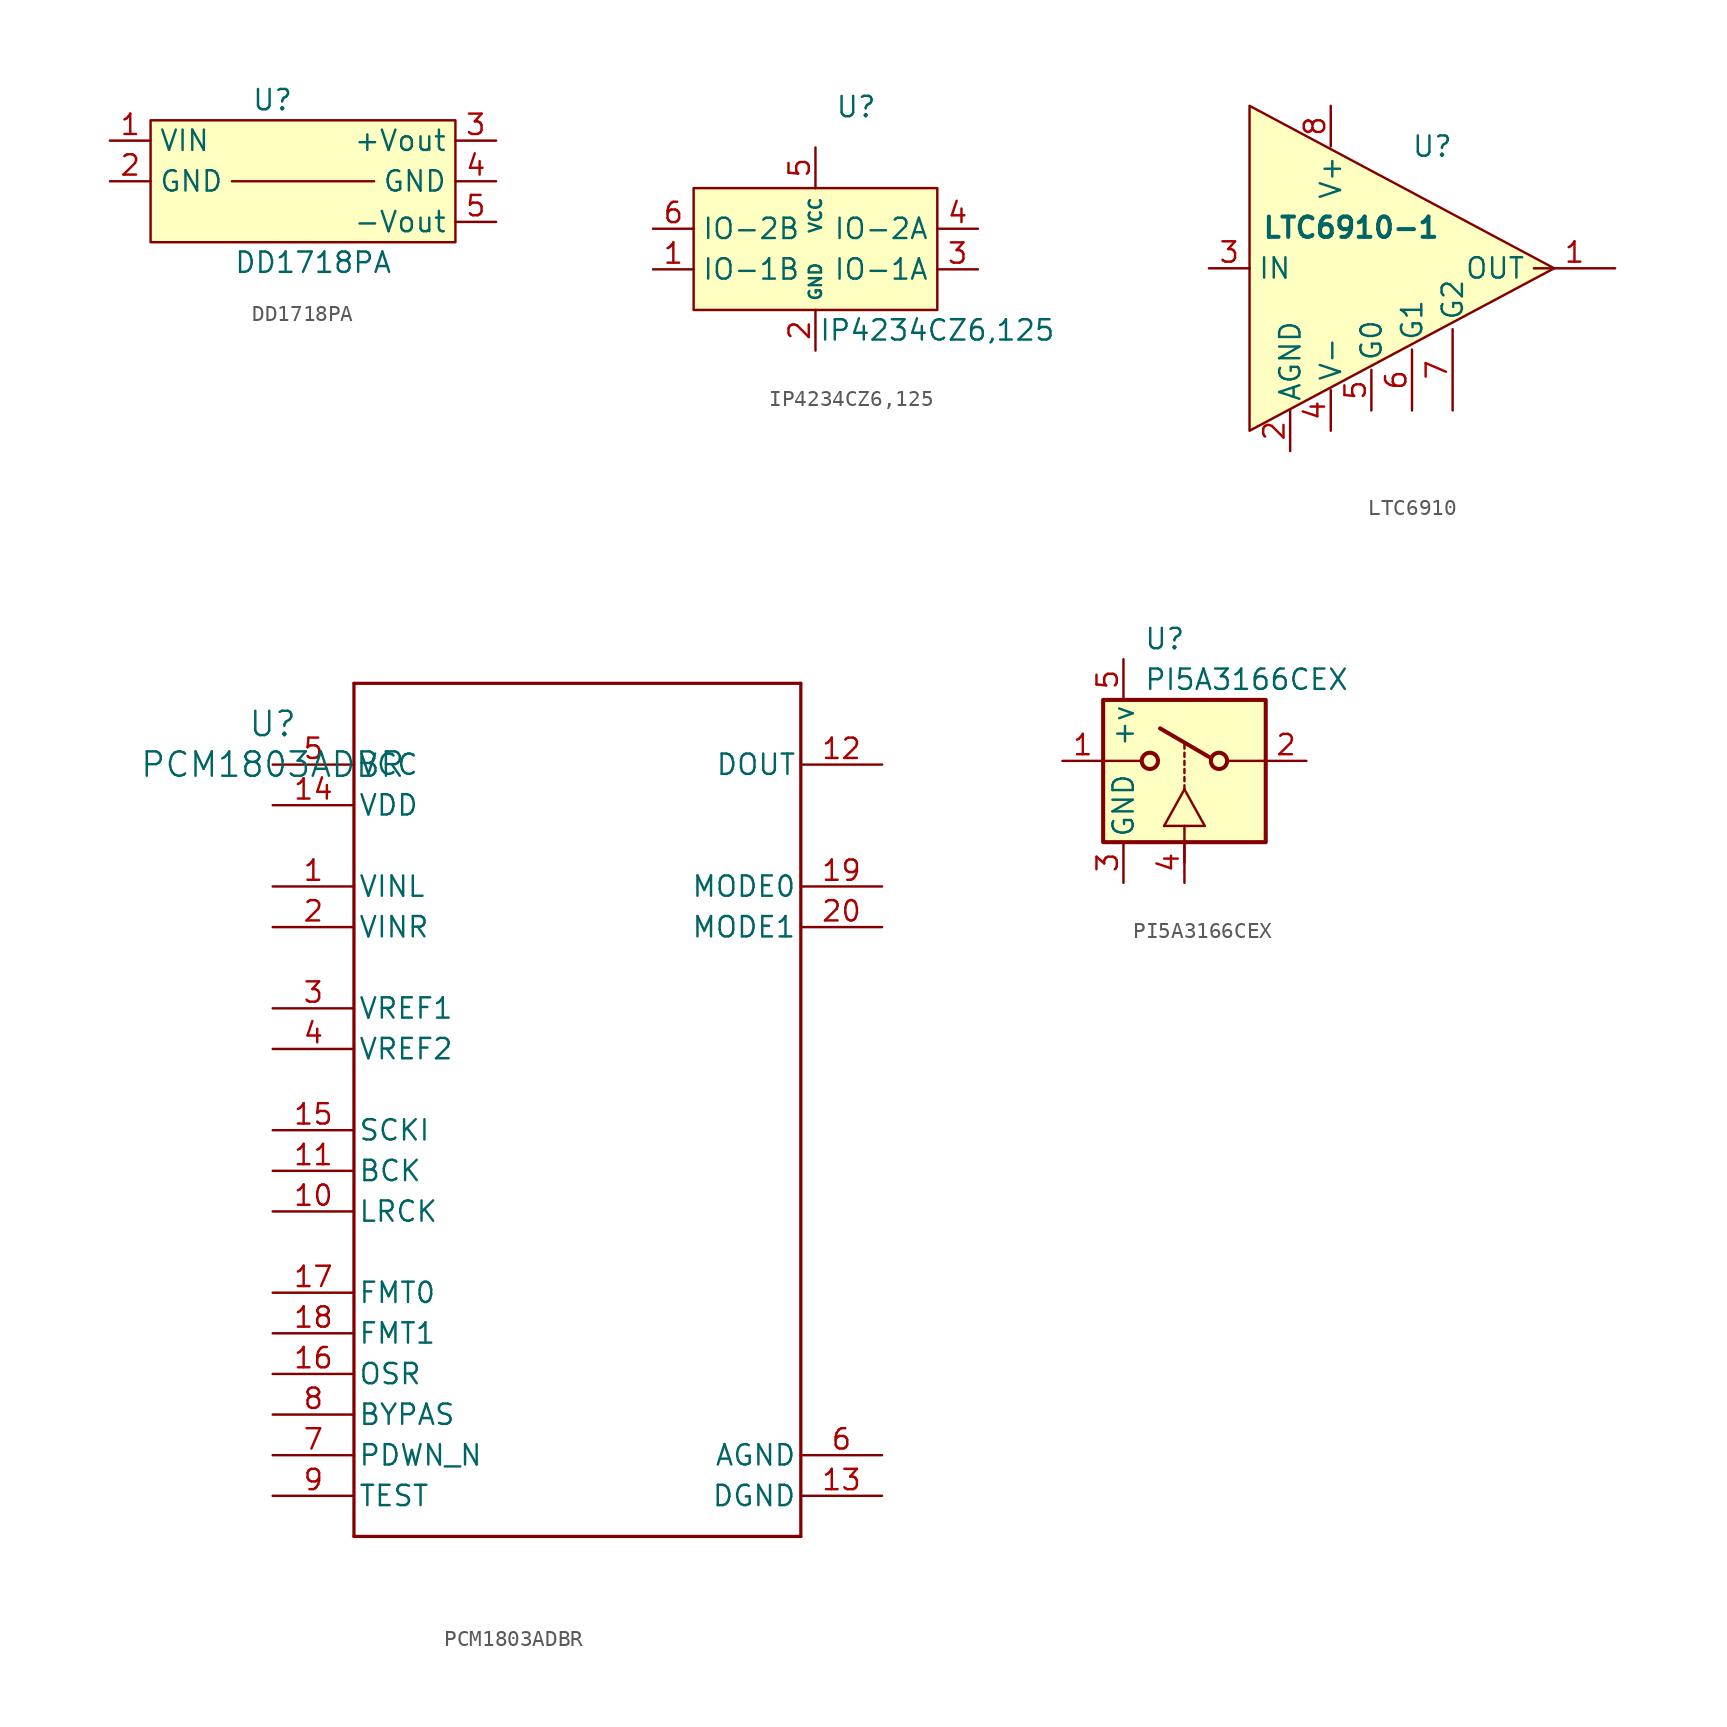
<source format=kicad_sym>
(kicad_symbol_lib
  (version 20220914)
  (generator kicad_symbol_editor)
  (symbol "DD1718PA"
    (property "Reference" "U"
      (at 10.16 2.54 0)
      (effects (font (size 1.27 1.27))))
    (property "Value" "DD1718PA"
      (at 12.7 -7.62 0)
      (effects (font (size 1.27 1.27))))
    (symbol "DD1718PA_0_0"
      (pin unspecified line (at 0 0 0) (length 2.54) (name "VIN" (effects (font (size 1.27 1.27)))) (number "1" (effects (font (size 1.27 1.27)))))
      (pin unspecified line (at 0 -2.54 0) (length 2.54) (name "GND" (effects (font (size 1.27 1.27)))) (number "2" (effects (font (size 1.27 1.27)))))
      (pin unspecified line (at 24.13 0 180) (length 2.54) (name "+Vout" (effects (font (size 1.27 1.27)))) (number "3" (effects (font (size 1.27 1.27)))))
      (pin unspecified line (at 24.13 -2.54 180) (length 2.54) (name "GND" (effects (font (size 1.27 1.27)))) (number "4" (effects (font (size 1.27 1.27)))))
      (pin unspecified line (at 24.13 -5.08 180) (length 2.54) (name "-Vout" (effects (font (size 1.27 1.27)))) (number "5" (effects (font (size 1.27 1.27))))))
    (symbol "DD1718PA_0_1"
      (polyline (pts (xy 7.62 -2.54) (xy 16.51 -2.54)) (stroke (width 0) (type default)) (fill (type none))))
    (symbol "DD1718PA_1_1"
      (rectangle (start 2.54 1.27) (end 21.59 -6.35) (stroke (width 0) (type default)) (fill (type background)))))
  (symbol "IP4234CZ6,125"
    (property "Reference" "U"
      (at 2.54 6.35 0)
      (effects (font (size 1.27 1.27))))
    (property "Value" "IP4234CZ6,125"
      (at 7.62 -7.62 0)
      (effects (font (size 1.27 1.27))))
    (symbol "IP4234CZ6,125_1_0"
      (pin unspecified line (at -10.16 -3.81 0) (length 2.54) (name "IO-1B" (effects (font (size 1.27 1.27)))) (number "1" (effects (font (size 1.27 1.27)))))
      (pin unspecified line (at 0 -8.89 90) (length 2.54) (name "GND" (effects (font (size 0.762 0.762)))) (number "2" (effects (font (size 1.27 1.27)))))
      (pin unspecified line (at 10.16 -3.81 180) (length 2.54) (name "IO-1A" (effects (font (size 1.27 1.27)))) (number "3" (effects (font (size 1.27 1.27)))))
      (pin unspecified line (at 10.16 -1.27 180) (length 2.54) (name "IO-2A" (effects (font (size 1.27 1.27)))) (number "4" (effects (font (size 1.27 1.27)))))
      (pin unspecified line (at 0 3.81 270) (length 2.54) (name "VCC" (effects (font (size 0.762 0.762)))) (number "5" (effects (font (size 1.27 1.27)))))
      (pin unspecified line (at -10.16 -1.27 0) (length 2.54) (name "IO-2B" (effects (font (size 1.27 1.27)))) (number "6" (effects (font (size 1.27 1.27))))))
    (symbol "IP4234CZ6,125_1_1"
      (rectangle (start -7.62 1.27) (end 7.62 -6.35) (stroke (width 0) (type default)) (fill (type background)))))
  (symbol "LTC6910"
    (property "Reference" "U"
      (at 1.27 7.62 0)
      (effects (font (size 1.27 1.27))))
    (property "Value" "LTC6910-1"
      (at -3.81 2.54 0)
      (effects (font (size 1.27 1.27) bold)))
    (symbol "LTC6910_0_0"
      (pin unspecified line (at -7.62 -11.43 90) (length 2.54) (name "AGND" (effects (font (size 1.27 1.27)))) (number "2" (effects (font (size 1.27 1.27)))))
      (pin unspecified line (at -12.7 0 0) (length 2.54) (name "IN" (effects (font (size 1.27 1.27)))) (number "3" (effects (font (size 1.27 1.27)))))
      (pin unspecified line (at -5.08 -10.16 90) (length 2.54) (name "V-" (effects (font (size 1.27 1.27)))) (number "4" (effects (font (size 1.27 1.27)))))
      (pin unspecified line (at -2.54 -8.89 90) (length 2.54) (name "G0" (effects (font (size 1.27 1.27)))) (number "5" (effects (font (size 1.27 1.27)))))
      (pin unspecified line (at -5.08 10.16 270) (length 2.54) (name "V+" (effects (font (size 1.27 1.27)))) (number "8" (effects (font (size 1.27 1.27))))))
    (symbol "LTC6910_1_0"
      (pin unspecified line (at 12.7 0 180) (length 5.08) (name "OUT" (effects (font (size 1.27 1.27)))) (number "1" (effects (font (size 1.27 1.27)))))
      (pin unspecified line (at 0 -8.89 90) (length 3.81) (name "G1" (effects (font (size 1.27 1.27)))) (number "6" (effects (font (size 1.27 1.27)))))
      (pin unspecified line (at 2.54 -8.89 90) (length 5.08) (name "G2" (effects (font (size 1.27 1.27)))) (number "7" (effects (font (size 1.27 1.27))))))
    (symbol "LTC6910_1_1"
      (polyline (pts (xy -10.16 10.16) (xy -10.16 -10.16) (xy 8.89 0) (xy -10.16 10.16)) (stroke (width 0) (type default)) (fill (type background)))))
  (symbol "PCM1803ADBR"
    (pin_names
      (offset 0.254))
    (property "Reference" "U"
      (at 0 2.54 0)
      (effects (font (size 1.524 1.524))))
    (property "Value" "PCM1803ADBR"
      (at 0 0 0)
      (effects (font (size 1.524 1.524))))
    (property "ki_locked" ""
      (at 0 0 0)
      (effects (font (size 1.27 1.27))))
    (symbol "PCM1803ADBR_0_1"
      (polyline (pts (xy 5.08 -48.26) (xy 33.02 -48.26)) (stroke (width 0.203) (type default)) (fill (type none)))
      (polyline (pts (xy 5.08 5.08) (xy 5.08 -48.26)) (stroke (width 0.203) (type default)) (fill (type none)))
      (polyline (pts (xy 33.02 -48.26) (xy 33.02 5.08)) (stroke (width 0.203) (type default)) (fill (type none)))
      (polyline (pts (xy 33.02 5.08) (xy 5.08 5.08)) (stroke (width 0.203) (type default)) (fill (type none)))
      (pin unspecified line (at 0 -7.62 0) (length 5.08) (name "VINL" (effects (font (size 1.27 1.27)))) (number "1" (effects (font (size 1.27 1.27)))))
      (pin bidirectional line (at 0 -27.94 0) (length 5.08) (name "LRCK" (effects (font (size 1.27 1.27)))) (number "10" (effects (font (size 1.27 1.27)))))
      (pin bidirectional line (at 0 -25.4 0) (length 5.08) (name "BCK" (effects (font (size 1.27 1.27)))) (number "11" (effects (font (size 1.27 1.27)))))
      (pin output line (at 38.1 0 180) (length 5.08) (name "DOUT" (effects (font (size 1.27 1.27)))) (number "12" (effects (font (size 1.27 1.27)))))
      (pin power_in line (at 38.1 -45.72 180) (length 5.08) (name "DGND" (effects (font (size 1.27 1.27)))) (number "13" (effects (font (size 1.27 1.27)))))
      (pin power_in line (at 0 -2.54 0) (length 5.08) (name "VDD" (effects (font (size 1.27 1.27)))) (number "14" (effects (font (size 1.27 1.27)))))
      (pin input line (at 0 -22.86 0) (length 5.08) (name "SCKI" (effects (font (size 1.27 1.27)))) (number "15" (effects (font (size 1.27 1.27)))))
      (pin input line (at 0 -38.1 0) (length 5.08) (name "OSR" (effects (font (size 1.27 1.27)))) (number "16" (effects (font (size 1.27 1.27)))))
      (pin input line (at 0 -33.02 0) (length 5.08) (name "FMT0" (effects (font (size 1.27 1.27)))) (number "17" (effects (font (size 1.27 1.27)))))
      (pin input line (at 0 -35.56 0) (length 5.08) (name "FMT1" (effects (font (size 1.27 1.27)))) (number "18" (effects (font (size 1.27 1.27)))))
      (pin input line (at 38.1 -7.62 180) (length 5.08) (name "MODE0" (effects (font (size 1.27 1.27)))) (number "19" (effects (font (size 1.27 1.27)))))
      (pin unspecified line (at 0 -10.16 0) (length 5.08) (name "VINR" (effects (font (size 1.27 1.27)))) (number "2" (effects (font (size 1.27 1.27)))))
      (pin input line (at 38.1 -10.16 180) (length 5.08) (name "MODE1" (effects (font (size 1.27 1.27)))) (number "20" (effects (font (size 1.27 1.27)))))
      (pin power_in line (at 0 -15.24 0) (length 5.08) (name "VREF1" (effects (font (size 1.27 1.27)))) (number "3" (effects (font (size 1.27 1.27)))))
      (pin power_in line (at 0 -17.78 0) (length 5.08) (name "VREF2" (effects (font (size 1.27 1.27)))) (number "4" (effects (font (size 1.27 1.27)))))
      (pin power_in line (at 0 0 0) (length 5.08) (name "VCC" (effects (font (size 1.27 1.27)))) (number "5" (effects (font (size 1.27 1.27)))))
      (pin power_in line (at 38.1 -43.18 180) (length 5.08) (name "AGND" (effects (font (size 1.27 1.27)))) (number "6" (effects (font (size 1.27 1.27)))))
      (pin input line (at 0 -43.18 0) (length 5.08) (name "PDWN_N" (effects (font (size 1.27 1.27)))) (number "7" (effects (font (size 1.27 1.27)))))
      (pin input line (at 0 -40.64 0) (length 5.08) (name "BYPAS" (effects (font (size 1.27 1.27)))) (number "8" (effects (font (size 1.27 1.27)))))
      (pin unspecified line (at 0 -45.72 0) (length 5.08) (name "TEST" (effects (font (size 1.27 1.27)))) (number "9" (effects (font (size 1.27 1.27)))))))
  (symbol "PI5A3166CEX"
    (pin_names
      (offset 0.254))
    (property "Reference" "U"
      (at -2.54 7.62 0)
      (effects (font (size 1.27 1.27)) (justify left)))
    (property "Value" "PI5A3166CEX"
      (at -2.54 5.08 0)
      (effects (font (size 1.27 1.27)) (justify left)))
    (symbol "PI5A3166CEX_1_1"
      (rectangle (start -5.08 3.81) (end 5.08 -5.08) (stroke (width 0.254) (type default)) (fill (type background)))
      (circle (center -2.159 0) (radius 0.508) (stroke (width 0.254) (type default)) (fill (type background)))
      (polyline (pts (xy -5.08 0) (xy -2.794 0)) (stroke (width 0) (type default)) (fill (type none)))
      (polyline (pts (xy -1.27 -4.064) (xy 0 -1.778)) (stroke (width 0) (type default)) (fill (type none)))
      (polyline (pts (xy 0 -6.35) (xy 0 -4.064)) (stroke (width 0) (type default)) (fill (type none)))
      (polyline (pts (xy 0 -1.778) (xy 0 -1.524)) (stroke (width 0) (type default)) (fill (type none)))
      (polyline (pts (xy 0 -1.27) (xy 0 -1.016)) (stroke (width 0) (type default)) (fill (type none)))
      (polyline (pts (xy 0 -0.762) (xy 0 -0.508)) (stroke (width 0) (type default)) (fill (type none)))
      (polyline (pts (xy 0 -0.254) (xy 0 0)) (stroke (width 0) (type default)) (fill (type none)))
      (polyline (pts (xy 0 0.254) (xy 0 0.508)) (stroke (width 0) (type default)) (fill (type none)))
      (polyline (pts (xy 0 0.762) (xy 0 1.016)) (stroke (width 0) (type default)) (fill (type none)))
      (polyline (pts (xy 1.27 -4.064) (xy -1.27 -4.064)) (stroke (width 0) (type default)) (fill (type none)))
      (polyline (pts (xy 1.27 -4.064) (xy 0 -1.778)) (stroke (width 0) (type default)) (fill (type none)))
      (polyline (pts (xy 1.524 0.254) (xy -1.524 2.032)) (stroke (width 0.254) (type default)) (fill (type none)))
      (polyline (pts (xy 5.08 0) (xy 2.794 0)) (stroke (width 0) (type default)) (fill (type none)))
      (circle (center 2.159 0) (radius 0.508) (stroke (width 0.254) (type default)) (fill (type none)))
      (pin passive line (at -7.62 0 0) (length 2.54) (name "~" (effects (font (size 1.27 1.27)))) (number "1" (effects (font (size 1.27 1.27)))))
      (pin passive line (at 7.62 0 180) (length 2.54) (name "~" (effects (font (size 1.27 1.27)))) (number "2" (effects (font (size 1.27 1.27)))))
      (pin input line (at -3.81 -7.62 90) (length 2.54) (name "GND" (effects (font (size 1.27 1.27)))) (number "3" (effects (font (size 1.27 1.27)))))
      (pin input line (at 0 -7.62 90) (length 2.54) (name "~" (effects (font (size 1.27 1.27)))) (number "4" (effects (font (size 1.27 1.27)))))
      (pin power_in line (at -3.81 6.35 270) (length 2.54) (name "+v" (effects (font (size 1.27 1.27)))) (number "5" (effects (font (size 1.27 1.27))))))))
</source>
